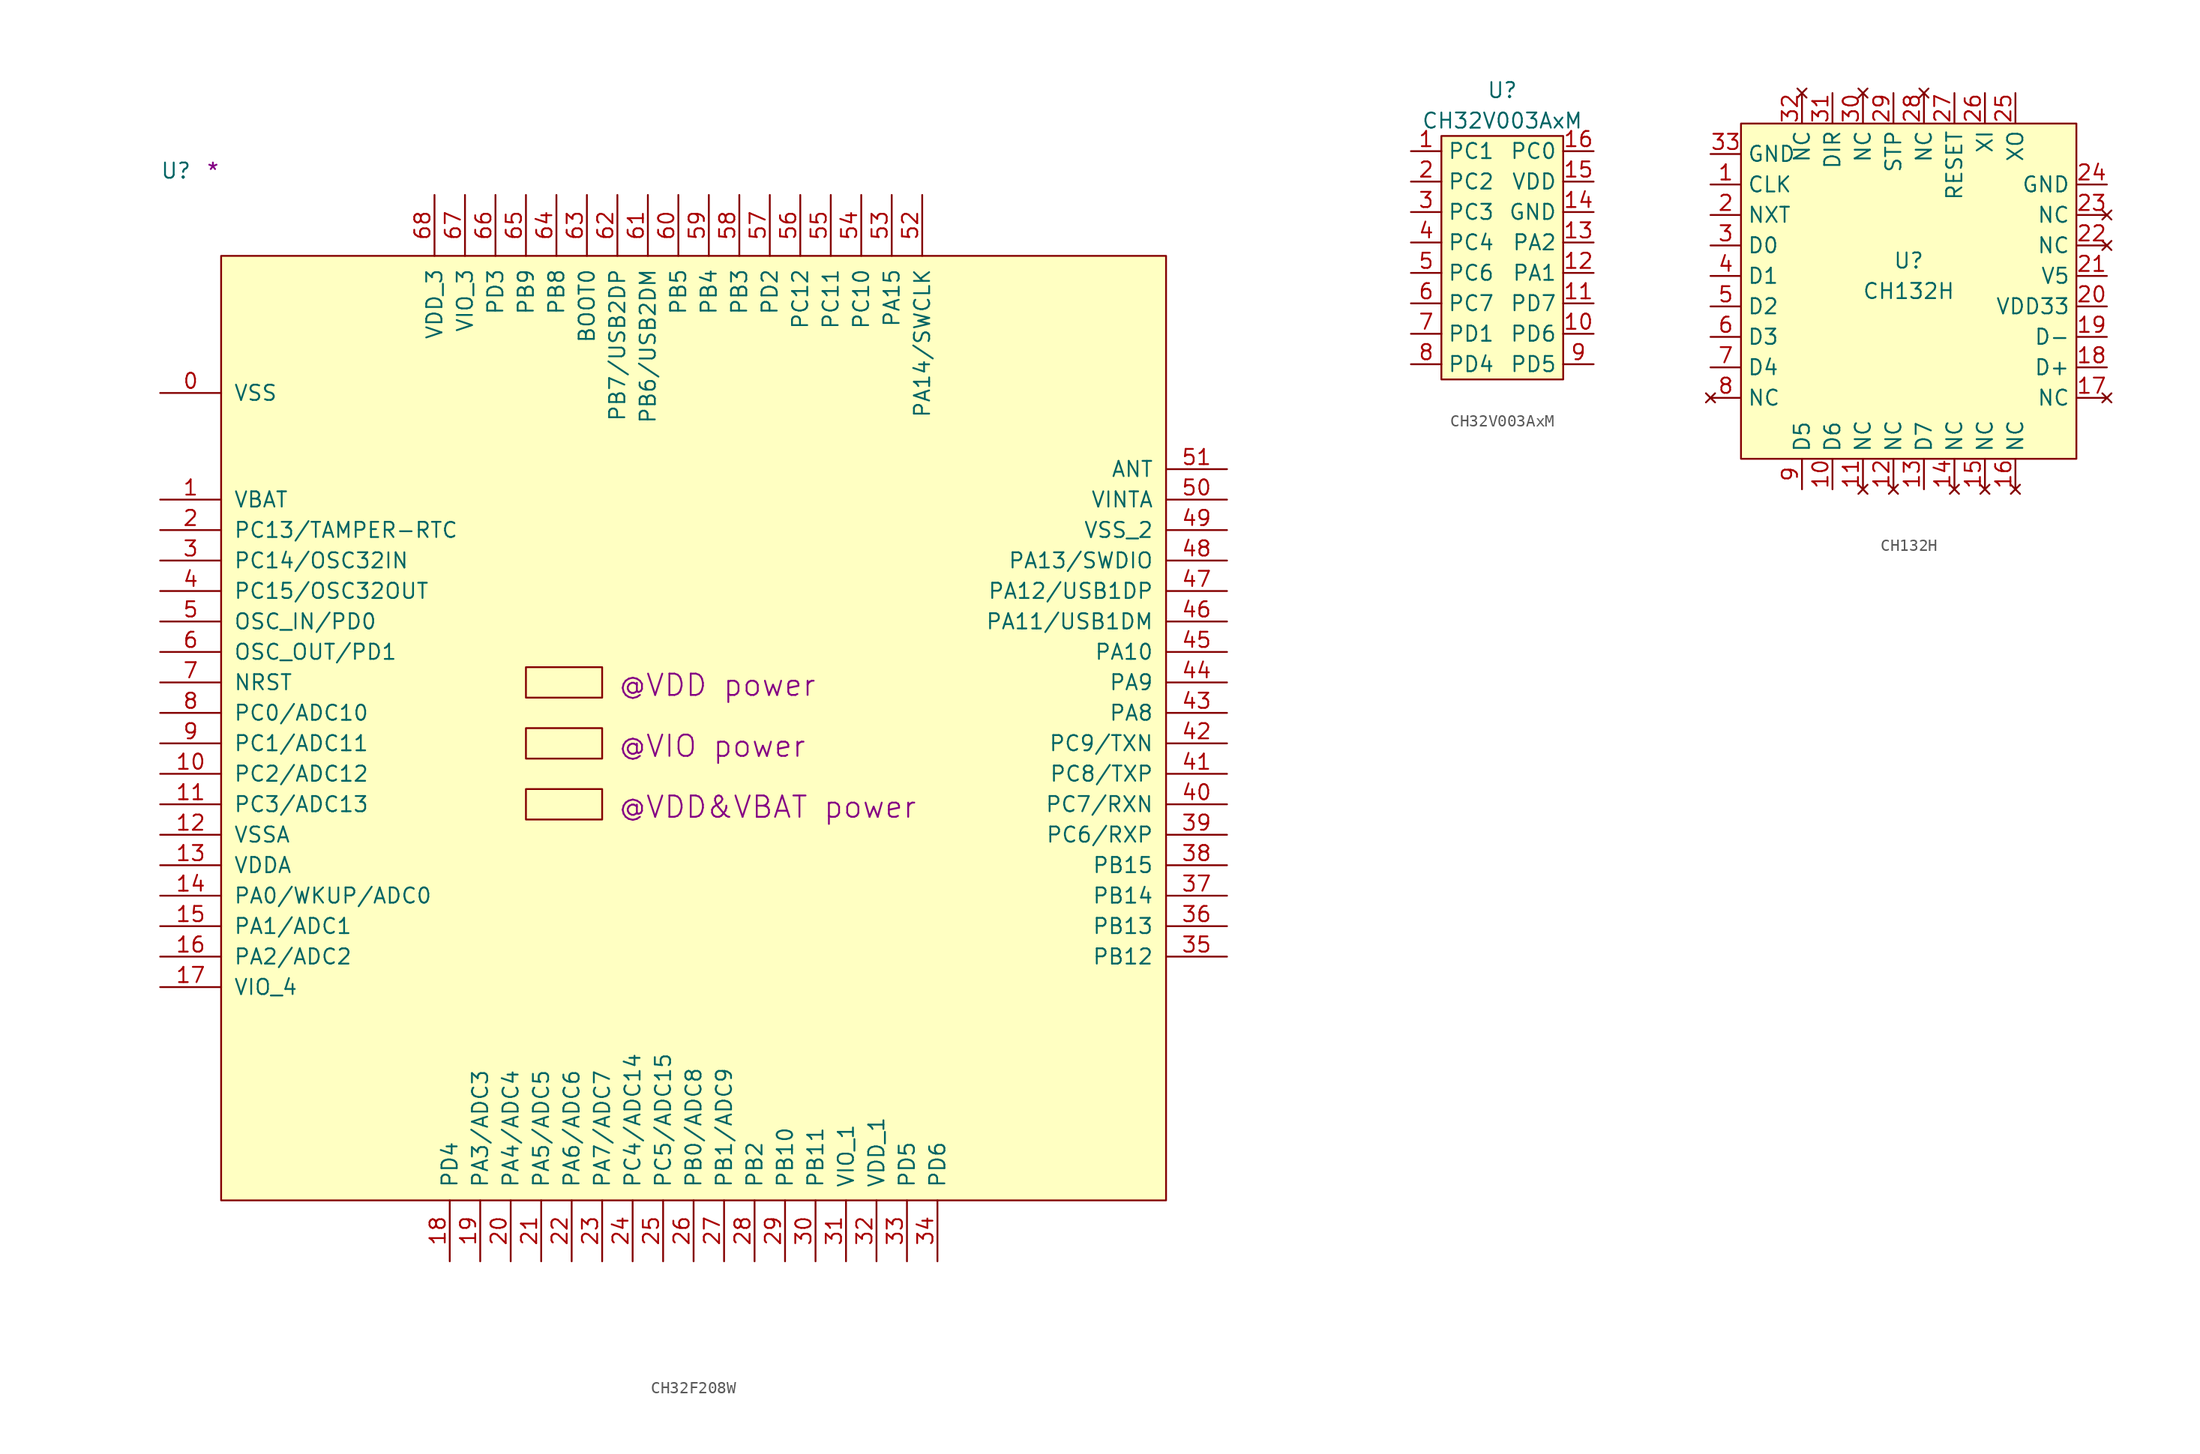
<source format=kicad_sym>
(kicad_symbol_lib
  (version 20211014)
  (generator kicad_symbol_editor)
  (symbol "CH32F208W"
    (pin_names
      (offset 1.016))
    (property "Reference" "U"
      (at -5.08 6.35 0)
      (effects (font (size 1.27 1.27)) (justify left bottom)))
    (property "user" "@VDD&VBAT power"
      (at 33.02 -46.99 0)
      (effects (font (size 1.778 1.778)) (justify left bottom)))
    (property "user_1" "@VDD power"
      (at 33.02 -36.83 0)
      (effects (font (size 1.778 1.778)) (justify left bottom)))
    (property "user_2" "@VIO power"
      (at 33.02 -41.91 0)
      (effects (font (size 1.778 1.778)) (justify left bottom)))
    (property "Comment" "*"
      (at -1.27 6.35 0)
      (effects (font (size 1.27 1.27)) (justify left bottom)))
    (symbol "CH32F208W_1_1"
      (rectangle (start 0 -78.74) (end 78.74 0) (stroke (width 0) (type default) (color 0 0 0 0)) (fill (type background)))
      (rectangle (start 25.4 -46.99) (end 31.75 -44.45) (stroke (width 0) (type default) (color 0 0 0 0)) (fill (type background)))
      (rectangle (start 25.4 -41.91) (end 31.75 -39.37) (stroke (width 0) (type default) (color 0 0 0 0)) (fill (type background)))
      (rectangle (start 25.4 -36.83) (end 31.75 -34.29) (stroke (width 0) (type default) (color 0 0 0 0)) (fill (type background)))
      (pin power_in line (at -5.08 -11.43 0) (length 5.08) (name "VSS" (effects (font (size 1.27 1.27)))) (number "0" (effects (font (size 1.27 1.27)))))
      (pin power_in line (at -5.08 -20.32 0) (length 5.08) (name "VBAT" (effects (font (size 1.27 1.27)))) (number "1" (effects (font (size 1.27 1.27)))))
      (pin bidirectional line (at -5.08 -43.18 0) (length 5.08) (name "PC2/ADC12" (effects (font (size 1.27 1.27)))) (number "10" (effects (font (size 1.27 1.27)))))
      (pin bidirectional line (at -5.08 -45.72 0) (length 5.08) (name "PC3/ADC13" (effects (font (size 1.27 1.27)))) (number "11" (effects (font (size 1.27 1.27)))))
      (pin power_in line (at -5.08 -48.26 0) (length 5.08) (name "VSSA" (effects (font (size 1.27 1.27)))) (number "12" (effects (font (size 1.27 1.27)))))
      (pin power_in line (at -5.08 -50.8 0) (length 5.08) (name "VDDA" (effects (font (size 1.27 1.27)))) (number "13" (effects (font (size 1.27 1.27)))))
      (pin bidirectional line (at -5.08 -53.34 0) (length 5.08) (name "PA0/WKUP/ADC0" (effects (font (size 1.27 1.27)))) (number "14" (effects (font (size 1.27 1.27)))))
      (pin bidirectional line (at -5.08 -55.88 0) (length 5.08) (name "PA1/ADC1" (effects (font (size 1.27 1.27)))) (number "15" (effects (font (size 1.27 1.27)))))
      (pin bidirectional line (at -5.08 -58.42 0) (length 5.08) (name "PA2/ADC2" (effects (font (size 1.27 1.27)))) (number "16" (effects (font (size 1.27 1.27)))))
      (pin power_in line (at -5.08 -60.96 0) (length 5.08) (name "VIO_4" (effects (font (size 1.27 1.27)))) (number "17" (effects (font (size 1.27 1.27)))))
      (pin bidirectional line (at 19.05 -83.82 90) (length 5.08) (name "PD4" (effects (font (size 1.27 1.27)))) (number "18" (effects (font (size 1.27 1.27)))))
      (pin bidirectional line (at 21.59 -83.82 90) (length 5.08) (name "PA3/ADC3" (effects (font (size 1.27 1.27)))) (number "19" (effects (font (size 1.27 1.27)))))
      (pin bidirectional line (at -5.08 -22.86 0) (length 5.08) (name "PC13/TAMPER-RTC" (effects (font (size 1.27 1.27)))) (number "2" (effects (font (size 1.27 1.27)))))
      (pin bidirectional line (at 24.13 -83.82 90) (length 5.08) (name "PA4/ADC4" (effects (font (size 1.27 1.27)))) (number "20" (effects (font (size 1.27 1.27)))))
      (pin bidirectional line (at 26.67 -83.82 90) (length 5.08) (name "PA5/ADC5" (effects (font (size 1.27 1.27)))) (number "21" (effects (font (size 1.27 1.27)))))
      (pin bidirectional line (at 29.21 -83.82 90) (length 5.08) (name "PA6/ADC6" (effects (font (size 1.27 1.27)))) (number "22" (effects (font (size 1.27 1.27)))))
      (pin bidirectional line (at 31.75 -83.82 90) (length 5.08) (name "PA7/ADC7" (effects (font (size 1.27 1.27)))) (number "23" (effects (font (size 1.27 1.27)))))
      (pin bidirectional line (at 34.29 -83.82 90) (length 5.08) (name "PC4/ADC14" (effects (font (size 1.27 1.27)))) (number "24" (effects (font (size 1.27 1.27)))))
      (pin bidirectional line (at 36.83 -83.82 90) (length 5.08) (name "PC5/ADC15" (effects (font (size 1.27 1.27)))) (number "25" (effects (font (size 1.27 1.27)))))
      (pin bidirectional line (at 39.37 -83.82 90) (length 5.08) (name "PB0/ADC8" (effects (font (size 1.27 1.27)))) (number "26" (effects (font (size 1.27 1.27)))))
      (pin bidirectional line (at 41.91 -83.82 90) (length 5.08) (name "PB1/ADC9" (effects (font (size 1.27 1.27)))) (number "27" (effects (font (size 1.27 1.27)))))
      (pin bidirectional line (at 44.45 -83.82 90) (length 5.08) (name "PB2" (effects (font (size 1.27 1.27)))) (number "28" (effects (font (size 1.27 1.27)))))
      (pin bidirectional line (at 46.99 -83.82 90) (length 5.08) (name "PB10" (effects (font (size 1.27 1.27)))) (number "29" (effects (font (size 1.27 1.27)))))
      (pin bidirectional line (at -5.08 -25.4 0) (length 5.08) (name "PC14/OSC32IN" (effects (font (size 1.27 1.27)))) (number "3" (effects (font (size 1.27 1.27)))))
      (pin bidirectional line (at 49.53 -83.82 90) (length 5.08) (name "PB11" (effects (font (size 1.27 1.27)))) (number "30" (effects (font (size 1.27 1.27)))))
      (pin power_in line (at 52.07 -83.82 90) (length 5.08) (name "VIO_1" (effects (font (size 1.27 1.27)))) (number "31" (effects (font (size 1.27 1.27)))))
      (pin power_in line (at 54.61 -83.82 90) (length 5.08) (name "VDD_1" (effects (font (size 1.27 1.27)))) (number "32" (effects (font (size 1.27 1.27)))))
      (pin bidirectional line (at 57.15 -83.82 90) (length 5.08) (name "PD5" (effects (font (size 1.27 1.27)))) (number "33" (effects (font (size 1.27 1.27)))))
      (pin bidirectional line (at 59.69 -83.82 90) (length 5.08) (name "PD6" (effects (font (size 1.27 1.27)))) (number "34" (effects (font (size 1.27 1.27)))))
      (pin bidirectional line (at 83.82 -58.42 180) (length 5.08) (name "PB12" (effects (font (size 1.27 1.27)))) (number "35" (effects (font (size 1.27 1.27)))))
      (pin bidirectional line (at 83.82 -55.88 180) (length 5.08) (name "PB13" (effects (font (size 1.27 1.27)))) (number "36" (effects (font (size 1.27 1.27)))))
      (pin bidirectional line (at 83.82 -53.34 180) (length 5.08) (name "PB14" (effects (font (size 1.27 1.27)))) (number "37" (effects (font (size 1.27 1.27)))))
      (pin bidirectional line (at 83.82 -50.8 180) (length 5.08) (name "PB15" (effects (font (size 1.27 1.27)))) (number "38" (effects (font (size 1.27 1.27)))))
      (pin bidirectional line (at 83.82 -48.26 180) (length 5.08) (name "PC6/RXP" (effects (font (size 1.27 1.27)))) (number "39" (effects (font (size 1.27 1.27)))))
      (pin bidirectional line (at -5.08 -27.94 0) (length 5.08) (name "PC15/OSC32OUT" (effects (font (size 1.27 1.27)))) (number "4" (effects (font (size 1.27 1.27)))))
      (pin bidirectional line (at 83.82 -45.72 180) (length 5.08) (name "PC7/RXN" (effects (font (size 1.27 1.27)))) (number "40" (effects (font (size 1.27 1.27)))))
      (pin bidirectional line (at 83.82 -43.18 180) (length 5.08) (name "PC8/TXP" (effects (font (size 1.27 1.27)))) (number "41" (effects (font (size 1.27 1.27)))))
      (pin bidirectional line (at 83.82 -40.64 180) (length 5.08) (name "PC9/TXN" (effects (font (size 1.27 1.27)))) (number "42" (effects (font (size 1.27 1.27)))))
      (pin bidirectional line (at 83.82 -38.1 180) (length 5.08) (name "PA8" (effects (font (size 1.27 1.27)))) (number "43" (effects (font (size 1.27 1.27)))))
      (pin bidirectional line (at 83.82 -35.56 180) (length 5.08) (name "PA9" (effects (font (size 1.27 1.27)))) (number "44" (effects (font (size 1.27 1.27)))))
      (pin bidirectional line (at 83.82 -33.02 180) (length 5.08) (name "PA10" (effects (font (size 1.27 1.27)))) (number "45" (effects (font (size 1.27 1.27)))))
      (pin bidirectional line (at 83.82 -30.48 180) (length 5.08) (name "PA11/USB1DM" (effects (font (size 1.27 1.27)))) (number "46" (effects (font (size 1.27 1.27)))))
      (pin bidirectional line (at 83.82 -27.94 180) (length 5.08) (name "PA12/USB1DP" (effects (font (size 1.27 1.27)))) (number "47" (effects (font (size 1.27 1.27)))))
      (pin bidirectional line (at 83.82 -25.4 180) (length 5.08) (name "PA13/SWDIO" (effects (font (size 1.27 1.27)))) (number "48" (effects (font (size 1.27 1.27)))))
      (pin power_in line (at 83.82 -22.86 180) (length 5.08) (name "VSS_2" (effects (font (size 1.27 1.27)))) (number "49" (effects (font (size 1.27 1.27)))))
      (pin input line (at -5.08 -30.48 0) (length 5.08) (name "OSC_IN/PD0" (effects (font (size 1.27 1.27)))) (number "5" (effects (font (size 1.27 1.27)))))
      (pin power_in line (at 83.82 -20.32 180) (length 5.08) (name "VINTA" (effects (font (size 1.27 1.27)))) (number "50" (effects (font (size 1.27 1.27)))))
      (pin power_in line (at 83.82 -17.78 180) (length 5.08) (name "ANT" (effects (font (size 1.27 1.27)))) (number "51" (effects (font (size 1.27 1.27)))))
      (pin bidirectional line (at 58.42 5.08 270) (length 5.08) (name "PA14/SWCLK" (effects (font (size 1.27 1.27)))) (number "52" (effects (font (size 1.27 1.27)))))
      (pin bidirectional line (at 55.88 5.08 270) (length 5.08) (name "PA15" (effects (font (size 1.27 1.27)))) (number "53" (effects (font (size 1.27 1.27)))))
      (pin bidirectional line (at 53.34 5.08 270) (length 5.08) (name "PC10" (effects (font (size 1.27 1.27)))) (number "54" (effects (font (size 1.27 1.27)))))
      (pin bidirectional line (at 50.8 5.08 270) (length 5.08) (name "PC11" (effects (font (size 1.27 1.27)))) (number "55" (effects (font (size 1.27 1.27)))))
      (pin bidirectional line (at 48.26 5.08 270) (length 5.08) (name "PC12" (effects (font (size 1.27 1.27)))) (number "56" (effects (font (size 1.27 1.27)))))
      (pin bidirectional line (at 45.72 5.08 270) (length 5.08) (name "PD2" (effects (font (size 1.27 1.27)))) (number "57" (effects (font (size 1.27 1.27)))))
      (pin bidirectional line (at 43.18 5.08 270) (length 5.08) (name "PB3" (effects (font (size 1.27 1.27)))) (number "58" (effects (font (size 1.27 1.27)))))
      (pin bidirectional line (at 40.64 5.08 270) (length 5.08) (name "PB4" (effects (font (size 1.27 1.27)))) (number "59" (effects (font (size 1.27 1.27)))))
      (pin output line (at -5.08 -33.02 0) (length 5.08) (name "OSC_OUT/PD1" (effects (font (size 1.27 1.27)))) (number "6" (effects (font (size 1.27 1.27)))))
      (pin bidirectional line (at 38.1 5.08 270) (length 5.08) (name "PB5" (effects (font (size 1.27 1.27)))) (number "60" (effects (font (size 1.27 1.27)))))
      (pin bidirectional line (at 35.56 5.08 270) (length 5.08) (name "PB6/USB2DM" (effects (font (size 1.27 1.27)))) (number "61" (effects (font (size 1.27 1.27)))))
      (pin bidirectional line (at 33.02 5.08 270) (length 5.08) (name "PB7/USB2DP" (effects (font (size 1.27 1.27)))) (number "62" (effects (font (size 1.27 1.27)))))
      (pin input line (at 30.48 5.08 270) (length 5.08) (name "BOOT0" (effects (font (size 1.27 1.27)))) (number "63" (effects (font (size 1.27 1.27)))))
      (pin bidirectional line (at 27.94 5.08 270) (length 5.08) (name "PB8" (effects (font (size 1.27 1.27)))) (number "64" (effects (font (size 1.27 1.27)))))
      (pin bidirectional line (at 25.4 5.08 270) (length 5.08) (name "PB9" (effects (font (size 1.27 1.27)))) (number "65" (effects (font (size 1.27 1.27)))))
      (pin bidirectional line (at 22.86 5.08 270) (length 5.08) (name "PD3" (effects (font (size 1.27 1.27)))) (number "66" (effects (font (size 1.27 1.27)))))
      (pin power_in line (at 20.32 5.08 270) (length 5.08) (name "VIO_3" (effects (font (size 1.27 1.27)))) (number "67" (effects (font (size 1.27 1.27)))))
      (pin power_in line (at 17.78 5.08 270) (length 5.08) (name "VDD_3" (effects (font (size 1.27 1.27)))) (number "68" (effects (font (size 1.27 1.27)))))
      (pin bidirectional line (at -5.08 -35.56 0) (length 5.08) (name "NRST" (effects (font (size 1.27 1.27)))) (number "7" (effects (font (size 1.27 1.27)))))
      (pin bidirectional line (at -5.08 -38.1 0) (length 5.08) (name "PC0/ADC10" (effects (font (size 1.27 1.27)))) (number "8" (effects (font (size 1.27 1.27)))))
      (pin bidirectional line (at -5.08 -40.64 0) (length 5.08) (name "PC1/ADC11" (effects (font (size 1.27 1.27)))) (number "9" (effects (font (size 1.27 1.27)))))))
  (symbol "CH32V003AxM"
    (property "Reference" "U"
      (at 0 13.97 0)
      (effects (font (size 1.27 1.27))))
    (property "Value" "CH32V003AxM"
      (at 0 11.43 0)
      (effects (font (size 1.27 1.27))))
    (symbol "CH32V003AxM_0_1"
      (rectangle (start -5.08 10.16) (end 5.08 -10.16) (stroke (width 0) (type default) (color 0 0 0 0)) (fill (type background))))
    (symbol "CH32V003AxM_1_1"
      (pin bidirectional line (at -7.62 8.89 0) (length 2.54) (name "PC1" (effects (font (size 1.27 1.27)))) (number "1" (effects (font (size 1.27 1.27)))))
      (pin bidirectional line (at 7.62 -6.35 180) (length 2.54) (name "PD6" (effects (font (size 1.27 1.27)))) (number "10" (effects (font (size 1.27 1.27)))))
      (pin bidirectional line (at 7.62 -3.81 180) (length 2.54) (name "PD7" (effects (font (size 1.27 1.27)))) (number "11" (effects (font (size 1.27 1.27)))))
      (pin bidirectional line (at 7.62 -1.27 180) (length 2.54) (name "PA1" (effects (font (size 1.27 1.27)))) (number "12" (effects (font (size 1.27 1.27)))))
      (pin bidirectional line (at 7.62 1.27 180) (length 2.54) (name "PA2" (effects (font (size 1.27 1.27)))) (number "13" (effects (font (size 1.27 1.27)))))
      (pin power_in line (at 7.62 3.81 180) (length 2.54) (name "GND" (effects (font (size 1.27 1.27)))) (number "14" (effects (font (size 1.27 1.27)))))
      (pin power_in line (at 7.62 6.35 180) (length 2.54) (name "VDD" (effects (font (size 1.27 1.27)))) (number "15" (effects (font (size 1.27 1.27)))))
      (pin bidirectional line (at 7.62 8.89 180) (length 2.54) (name "PC0" (effects (font (size 1.27 1.27)))) (number "16" (effects (font (size 1.27 1.27)))))
      (pin bidirectional line (at -7.62 6.35 0) (length 2.54) (name "PC2" (effects (font (size 1.27 1.27)))) (number "2" (effects (font (size 1.27 1.27)))))
      (pin bidirectional line (at -7.62 3.81 0) (length 2.54) (name "PC3" (effects (font (size 1.27 1.27)))) (number "3" (effects (font (size 1.27 1.27)))))
      (pin bidirectional line (at -7.62 1.27 0) (length 2.54) (name "PC4" (effects (font (size 1.27 1.27)))) (number "4" (effects (font (size 1.27 1.27)))))
      (pin bidirectional line (at -7.62 -1.27 0) (length 2.54) (name "PC6" (effects (font (size 1.27 1.27)))) (number "5" (effects (font (size 1.27 1.27)))))
      (pin bidirectional line (at -7.62 -3.81 0) (length 2.54) (name "PC7" (effects (font (size 1.27 1.27)))) (number "6" (effects (font (size 1.27 1.27)))))
      (pin bidirectional line (at -7.62 -6.35 0) (length 2.54) (name "PD1" (effects (font (size 1.27 1.27)))) (number "7" (effects (font (size 1.27 1.27)))))
      (pin bidirectional line (at -7.62 -8.89 0) (length 2.54) (name "PD4" (effects (font (size 1.27 1.27)))) (number "8" (effects (font (size 1.27 1.27)))))
      (pin bidirectional line (at 7.62 -8.89 180) (length 2.54) (name "PD5" (effects (font (size 1.27 1.27)))) (number "9" (effects (font (size 1.27 1.27)))))))
  (symbol "CH132H"
    (property "Reference" "U"
      (at 0 2.54 0)
      (effects (font (size 1.27 1.27))))
    (property "Value" "CH132H"
      (at 0 0 0)
      (effects (font (size 1.27 1.27))))
    (symbol "CH132H_0_1"
      (rectangle (start -13.97 13.97) (end 13.97 -13.97) (stroke (width 0) (type default) (color 0 0 0 0)) (fill (type background))))
    (symbol "CH132H_1_1"
      (pin input line (at -16.51 8.89 0) (length 2.54) (name "CLK" (effects (font (size 1.27 1.27)))) (number "1" (effects (font (size 1.27 1.27)))))
      (pin bidirectional line (at -6.35 -16.51 90) (length 2.54) (name "D6" (effects (font (size 1.27 1.27)))) (number "10" (effects (font (size 1.27 1.27)))))
      (pin no_connect line (at -3.81 -16.51 90) (length 2.54) (name "NC" (effects (font (size 1.27 1.27)))) (number "11" (effects (font (size 1.27 1.27)))))
      (pin no_connect line (at -1.27 -16.51 90) (length 2.54) (name "NC" (effects (font (size 1.27 1.27)))) (number "12" (effects (font (size 1.27 1.27)))))
      (pin bidirectional line (at 1.27 -16.51 90) (length 2.54) (name "D7" (effects (font (size 1.27 1.27)))) (number "13" (effects (font (size 1.27 1.27)))))
      (pin no_connect line (at 3.81 -16.51 90) (length 2.54) (name "NC" (effects (font (size 1.27 1.27)))) (number "14" (effects (font (size 1.27 1.27)))))
      (pin no_connect line (at 6.35 -16.51 90) (length 2.54) (name "NC" (effects (font (size 1.27 1.27)))) (number "15" (effects (font (size 1.27 1.27)))))
      (pin no_connect line (at 8.89 -16.51 90) (length 2.54) (name "NC" (effects (font (size 1.27 1.27)))) (number "16" (effects (font (size 1.27 1.27)))))
      (pin no_connect line (at 16.51 -8.89 180) (length 2.54) (name "NC" (effects (font (size 1.27 1.27)))) (number "17" (effects (font (size 1.27 1.27)))))
      (pin bidirectional line (at 16.51 -6.35 180) (length 2.54) (name "D+" (effects (font (size 1.27 1.27)))) (number "18" (effects (font (size 1.27 1.27)))))
      (pin bidirectional line (at 16.51 -3.81 180) (length 2.54) (name "D-" (effects (font (size 1.27 1.27)))) (number "19" (effects (font (size 1.27 1.27)))))
      (pin output line (at -16.51 6.35 0) (length 2.54) (name "NXT" (effects (font (size 1.27 1.27)))) (number "2" (effects (font (size 1.27 1.27)))))
      (pin power_in line (at 16.51 -1.27 180) (length 2.54) (name "VDD33" (effects (font (size 1.27 1.27)))) (number "20" (effects (font (size 1.27 1.27)))))
      (pin power_in line (at 16.51 1.27 180) (length 2.54) (name "V5" (effects (font (size 1.27 1.27)))) (number "21" (effects (font (size 1.27 1.27)))))
      (pin no_connect line (at 16.51 3.81 180) (length 2.54) (name "NC" (effects (font (size 1.27 1.27)))) (number "22" (effects (font (size 1.27 1.27)))))
      (pin no_connect line (at 16.51 6.35 180) (length 2.54) (name "NC" (effects (font (size 1.27 1.27)))) (number "23" (effects (font (size 1.27 1.27)))))
      (pin power_in line (at 16.51 8.89 180) (length 2.54) (name "GND" (effects (font (size 1.27 1.27)))) (number "24" (effects (font (size 1.27 1.27)))))
      (pin bidirectional line (at 8.89 16.51 270) (length 2.54) (name "XO" (effects (font (size 1.27 1.27)))) (number "25" (effects (font (size 1.27 1.27)))))
      (pin bidirectional line (at 6.35 16.51 270) (length 2.54) (name "XI" (effects (font (size 1.27 1.27)))) (number "26" (effects (font (size 1.27 1.27)))))
      (pin input line (at 3.81 16.51 270) (length 2.54) (name "RESET" (effects (font (size 1.27 1.27)))) (number "27" (effects (font (size 1.27 1.27)))))
      (pin no_connect line (at 1.27 16.51 270) (length 2.54) (name "NC" (effects (font (size 1.27 1.27)))) (number "28" (effects (font (size 1.27 1.27)))))
      (pin input line (at -1.27 16.51 270) (length 2.54) (name "STP" (effects (font (size 1.27 1.27)))) (number "29" (effects (font (size 1.27 1.27)))))
      (pin bidirectional line (at -16.51 3.81 0) (length 2.54) (name "D0" (effects (font (size 1.27 1.27)))) (number "3" (effects (font (size 1.27 1.27)))))
      (pin no_connect line (at -3.81 16.51 270) (length 2.54) (name "NC" (effects (font (size 1.27 1.27)))) (number "30" (effects (font (size 1.27 1.27)))))
      (pin output line (at -6.35 16.51 270) (length 2.54) (name "DIR" (effects (font (size 1.27 1.27)))) (number "31" (effects (font (size 1.27 1.27)))))
      (pin no_connect line (at -8.89 16.51 270) (length 2.54) (name "NC" (effects (font (size 1.27 1.27)))) (number "32" (effects (font (size 1.27 1.27)))))
      (pin power_in line (at -16.51 11.43 0) (length 2.54) (name "GND" (effects (font (size 1.27 1.27)))) (number "33" (effects (font (size 1.27 1.27)))))
      (pin bidirectional line (at -16.51 1.27 0) (length 2.54) (name "D1" (effects (font (size 1.27 1.27)))) (number "4" (effects (font (size 1.27 1.27)))))
      (pin bidirectional line (at -16.51 -1.27 0) (length 2.54) (name "D2" (effects (font (size 1.27 1.27)))) (number "5" (effects (font (size 1.27 1.27)))))
      (pin bidirectional line (at -16.51 -3.81 0) (length 2.54) (name "D3" (effects (font (size 1.27 1.27)))) (number "6" (effects (font (size 1.27 1.27)))))
      (pin bidirectional line (at -16.51 -6.35 0) (length 2.54) (name "D4" (effects (font (size 1.27 1.27)))) (number "7" (effects (font (size 1.27 1.27)))))
      (pin no_connect line (at -16.51 -8.89 0) (length 2.54) (name "NC" (effects (font (size 1.27 1.27)))) (number "8" (effects (font (size 1.27 1.27)))))
      (pin bidirectional line (at -8.89 -16.51 90) (length 2.54) (name "D5" (effects (font (size 1.27 1.27)))) (number "9" (effects (font (size 1.27 1.27))))))))
</source>
